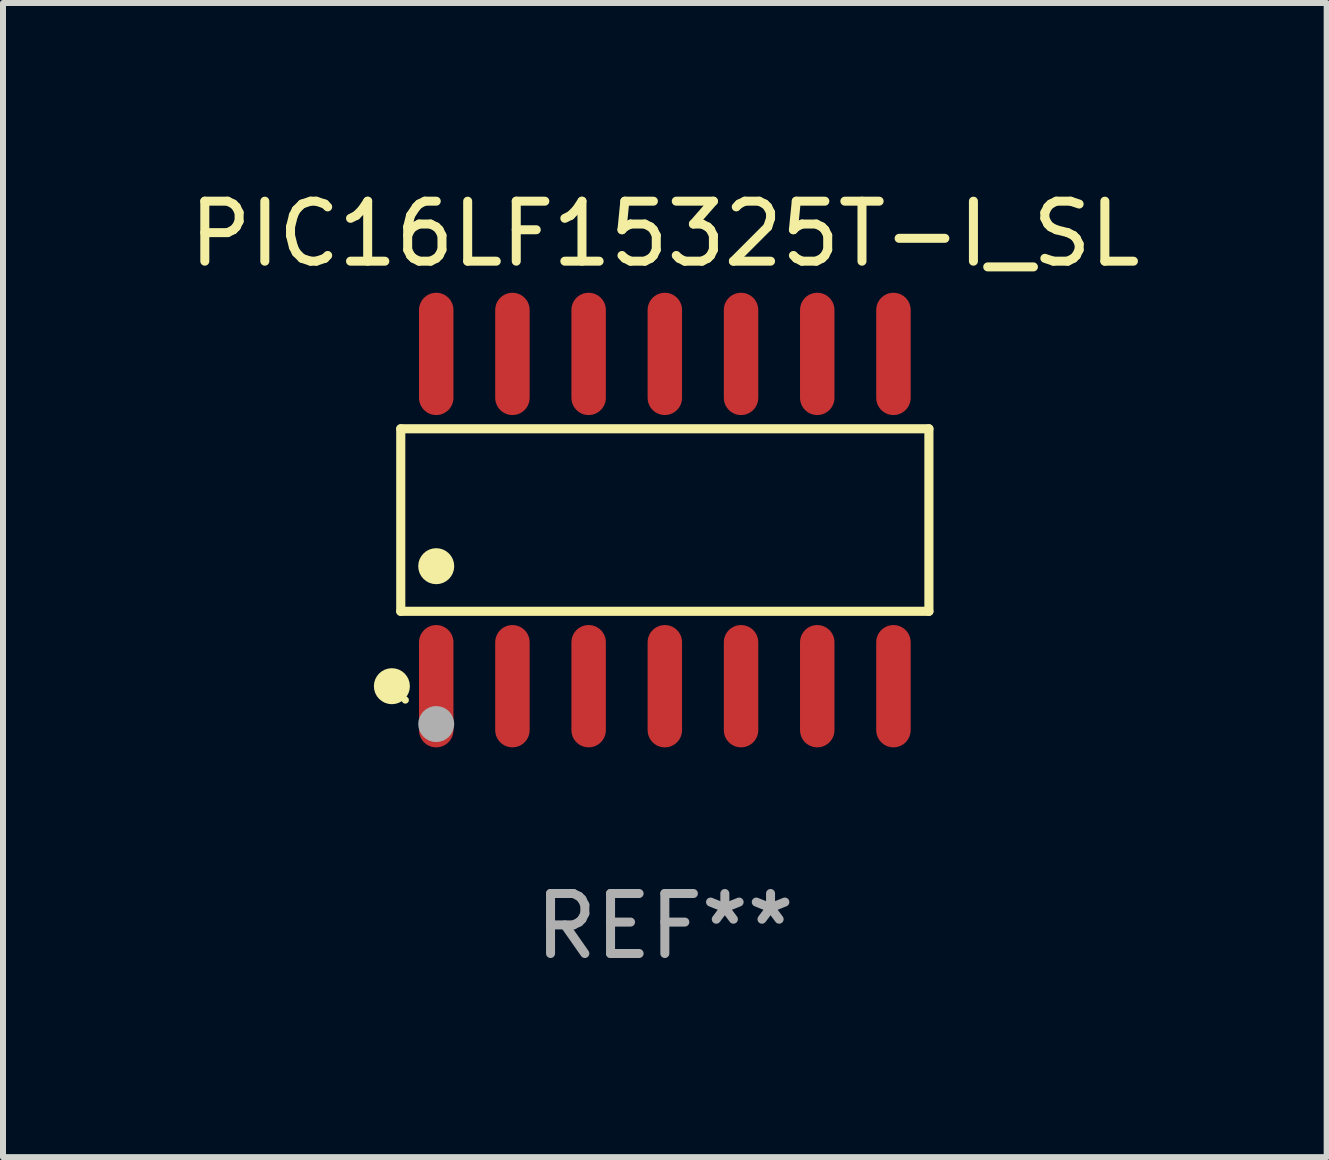
<source format=kicad_pcb>
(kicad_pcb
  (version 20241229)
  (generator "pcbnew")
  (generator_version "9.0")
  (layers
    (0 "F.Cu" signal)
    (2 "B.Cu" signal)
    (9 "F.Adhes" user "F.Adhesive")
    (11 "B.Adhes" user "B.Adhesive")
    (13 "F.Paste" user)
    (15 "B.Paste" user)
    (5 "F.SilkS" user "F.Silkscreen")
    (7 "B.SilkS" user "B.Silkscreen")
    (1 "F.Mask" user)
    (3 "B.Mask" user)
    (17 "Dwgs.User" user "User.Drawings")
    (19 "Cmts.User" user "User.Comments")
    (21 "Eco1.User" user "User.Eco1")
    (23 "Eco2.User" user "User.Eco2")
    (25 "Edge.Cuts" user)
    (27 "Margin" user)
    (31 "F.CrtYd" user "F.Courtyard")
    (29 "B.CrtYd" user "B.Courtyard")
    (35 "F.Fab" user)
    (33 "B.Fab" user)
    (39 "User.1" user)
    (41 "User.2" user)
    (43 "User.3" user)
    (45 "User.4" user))
  (footprint "PIC16LF15325T-I_SL"
    (layer "F.Cu")
    (at 8.03 5.617)
    (property "Reference" "PIC16LF15325T-I_SL" (at 0 -4.769 0) (layer "F.SilkS") (effects (font (size 1 1) (thickness 0.15))))
    (attr through_hole)
    (fp_line (start -4.401 -1.521) (end 4.401 -1.521) (stroke (width 0.152) (type solid)) (layer "F.SilkS"))
    (fp_line (start -4.401 1.521) (end -4.401 -1.521) (stroke (width 0.152) (type solid)) (layer "F.SilkS"))
    (fp_line (start 4.401 -1.521) (end 4.401 1.521) (stroke (width 0.152) (type solid)) (layer "F.SilkS"))
    (fp_line (start 4.401 1.521) (end -4.401 1.521) (stroke (width 0.152) (type solid)) (layer "F.SilkS"))
    (fp_circle (center -4.549 2.769) (end -4.399 2.769) (stroke (width 0.3) (type solid)) (fill no) (layer "F.SilkS"))
    (fp_circle (center -4.325 3) (end -4.295 3) (stroke (width 0.06) (type solid)) (fill no) (layer "F.SilkS"))
    (fp_circle (center -3.81 0.769) (end -3.66 0.769) (stroke (width 0.3) (type solid)) (fill no) (layer "F.SilkS"))
    (fp_circle (center -3.81 3.4) (end -3.66 3.4) (stroke (width 0.3) (type solid)) (fill no) (layer "F.Fab"))
    (fp_text user "REF**" (at 0 6.769 0) (layer "F.Fab") (effects (font (size 1 1) (thickness 0.15))))
    (pad "1" smd oval (at -3.81 2.769) (size 0.574 2.038) (layers "F.Cu" "F.Mask" "F.Paste"))
    (pad "2" smd oval (at -2.54 2.769) (size 0.574 2.038) (layers "F.Cu" "F.Mask" "F.Paste"))
    (pad "3" smd oval (at -1.27 2.769) (size 0.574 2.038) (layers "F.Cu" "F.Mask" "F.Paste"))
    (pad "4" smd oval (at 0 2.769) (size 0.574 2.038) (layers "F.Cu" "F.Mask" "F.Paste"))
    (pad "5" smd oval (at 1.27 2.769) (size 0.574 2.038) (layers "F.Cu" "F.Mask" "F.Paste"))
    (pad "6" smd oval (at 2.54 2.769) (size 0.574 2.038) (layers "F.Cu" "F.Mask" "F.Paste"))
    (pad "7" smd oval (at 3.81 2.769) (size 0.574 2.038) (layers "F.Cu" "F.Mask" "F.Paste"))
    (pad "8" smd oval (at 3.81 -2.769) (size 0.574 2.038) (layers "F.Cu" "F.Mask" "F.Paste"))
    (pad "9" smd oval (at 2.54 -2.769) (size 0.574 2.038) (layers "F.Cu" "F.Mask" "F.Paste"))
    (pad "10" smd oval (at 1.27 -2.769) (size 0.574 2.038) (layers "F.Cu" "F.Mask" "F.Paste"))
    (pad "11" smd oval (at 0 -2.769) (size 0.574 2.038) (layers "F.Cu" "F.Mask" "F.Paste"))
    (pad "12" smd oval (at -1.27 -2.769) (size 0.574 2.038) (layers "F.Cu" "F.Mask" "F.Paste"))
    (pad "13" smd oval (at -2.54 -2.769) (size 0.574 2.038) (layers "F.Cu" "F.Mask" "F.Paste"))
    (pad "14" smd oval (at -3.81 -2.769) (size 0.574 2.038) (layers "F.Cu" "F.Mask" "F.Paste")))
  (gr_rect
    (start -3 -3)
    (end 19.06 16.235)
    (stroke (width 0.1) (type default))
    (fill no)
    (layer "Edge.Cuts")))
</source>
